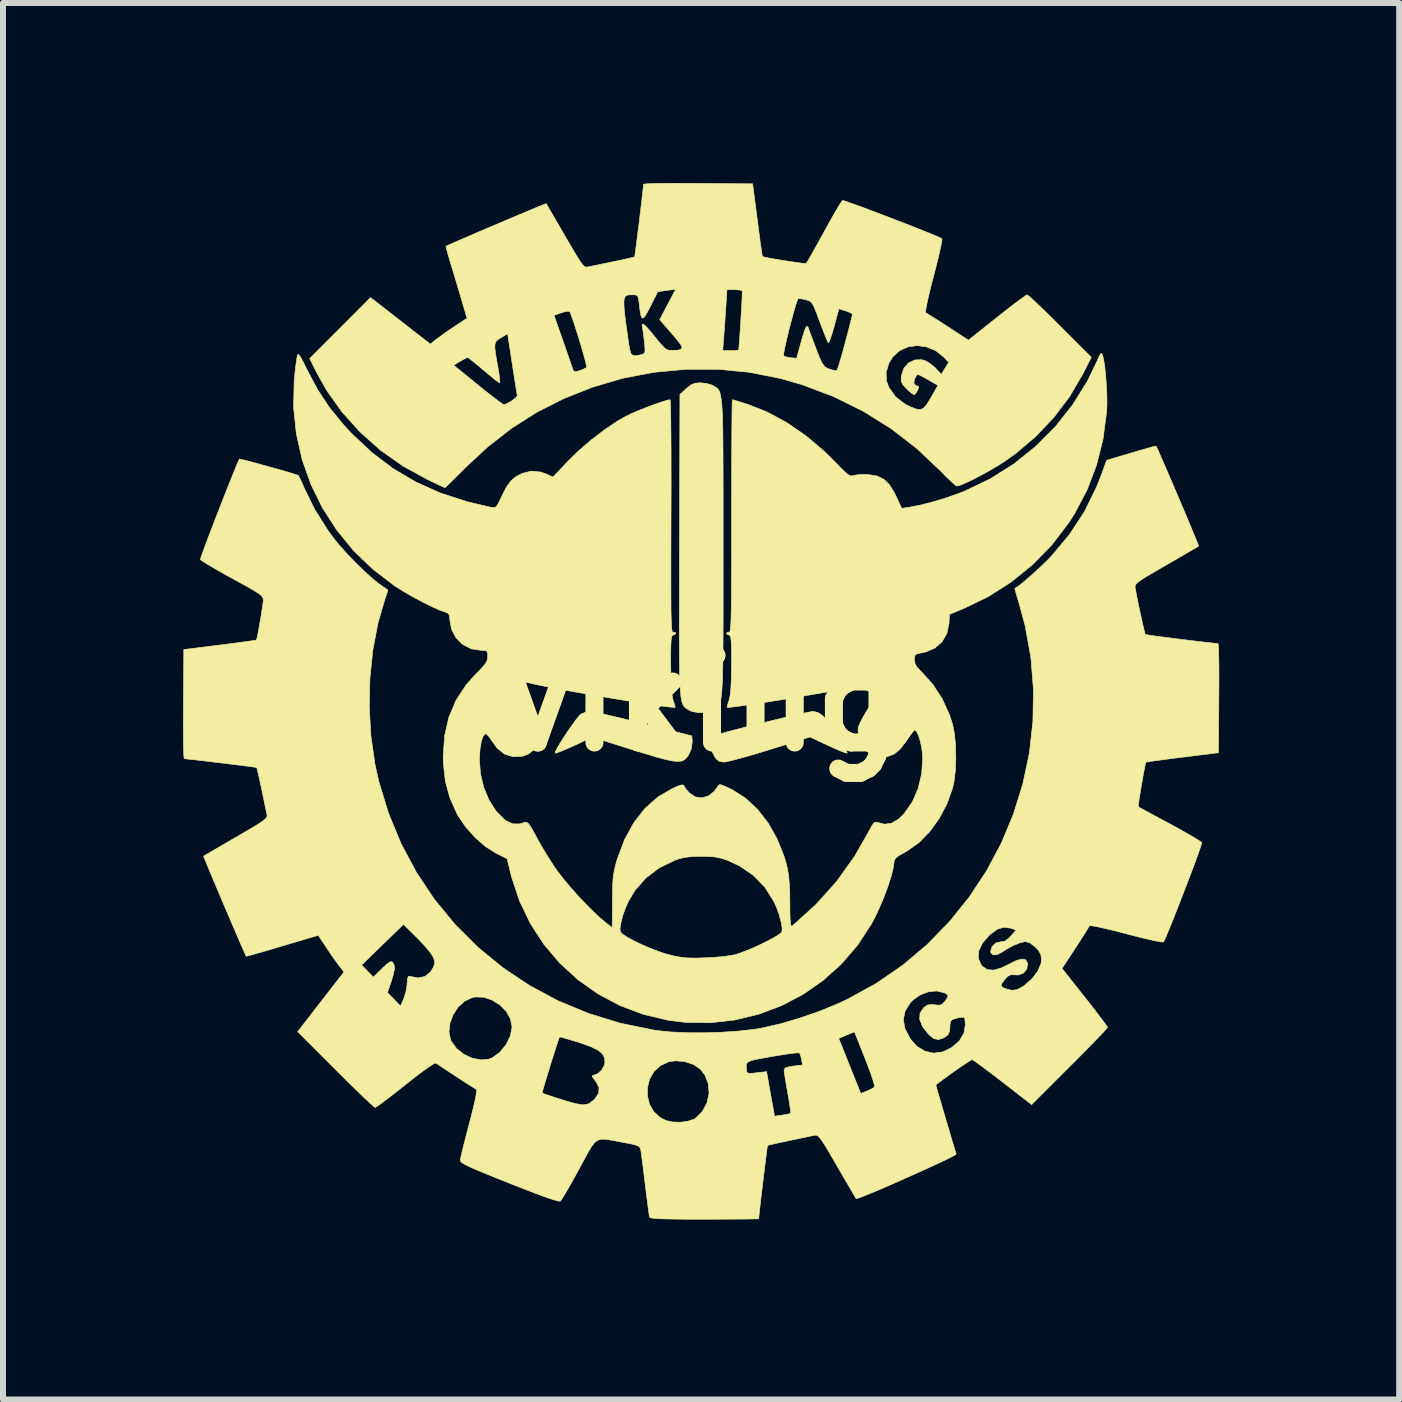
<source format=kicad_pcb>
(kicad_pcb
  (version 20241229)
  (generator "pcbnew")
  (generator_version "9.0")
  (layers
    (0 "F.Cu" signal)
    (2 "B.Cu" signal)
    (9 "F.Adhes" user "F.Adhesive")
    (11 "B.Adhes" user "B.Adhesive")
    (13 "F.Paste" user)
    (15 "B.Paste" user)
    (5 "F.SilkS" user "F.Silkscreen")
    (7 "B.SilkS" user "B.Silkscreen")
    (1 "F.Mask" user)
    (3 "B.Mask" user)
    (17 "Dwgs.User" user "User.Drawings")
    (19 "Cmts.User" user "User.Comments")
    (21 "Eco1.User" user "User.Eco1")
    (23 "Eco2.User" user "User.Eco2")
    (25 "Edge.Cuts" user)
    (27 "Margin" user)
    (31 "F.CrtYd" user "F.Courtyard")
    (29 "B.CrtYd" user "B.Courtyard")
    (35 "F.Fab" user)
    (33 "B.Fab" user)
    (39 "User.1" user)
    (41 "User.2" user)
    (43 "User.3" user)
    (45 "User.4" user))
  (footprint "viking"
    (layer "F.Cu")
    (at 8.636 8.636)
    (property "Reference" "viking" (at 0 0 0) (layer "F.SilkS") (effects (font (size 1.524 1.524) (thickness 0.3))))
    (attr through_hole)
    (fp_poly (pts (xy -1.801 0.179) (xy -1.705 0.199) (xy -1.57 0.229) (xy -1.404 0.268) (xy -1.214 0.314) (xy -1.008 0.365) (xy -0.96 0.377) (xy -0.155 0.579) (xy -0.148 0.677) (xy -0.163 0.792) (xy -0.205 0.889) (xy -0.238 0.939) (xy -0.275 0.976) (xy -0.322 0.999) (xy -0.386 1.006) (xy -0.472 0.998) (xy -0.588 0.974) (xy -0.739 0.934) (xy -0.931 0.876) (xy -1.154 0.807) (xy -1.813 0.599) (xy -2.111 0.738) (xy -2.23 0.792) (xy -2.331 0.834) (xy -2.402 0.861) (xy -2.433 0.868) (xy -2.429 0.843) (xy -2.399 0.783) (xy -2.348 0.697) (xy -2.284 0.596) (xy -2.213 0.489) (xy -2.142 0.388) (xy -2.078 0.301) (xy -2.026 0.239) (xy -2.001 0.216) (xy -1.923 0.182) (xy -1.849 0.172) (xy -1.801 0.179)) (stroke (width 0.01) (type solid)) (fill yes) (layer "F.SilkS"))
    (fp_poly (pts (xy 1.949 0.191) (xy 2.031 0.247) (xy 2.078 0.299) (xy 2.139 0.378) (xy 2.208 0.475) (xy 2.278 0.58) (xy 2.342 0.682) (xy 2.394 0.77) (xy 2.428 0.836) (xy 2.435 0.867) (xy 2.433 0.868) (xy 2.4 0.86) (xy 2.326 0.832) (xy 2.224 0.788) (xy 2.112 0.737) (xy 1.815 0.598) (xy 1.145 0.807) (xy 0.955 0.865) (xy 0.778 0.917) (xy 0.622 0.96) (xy 0.497 0.993) (xy 0.411 1.012) (xy 0.378 1.016) (xy 0.304 1.005) (xy 0.252 0.964) (xy 0.225 0.924) (xy 0.163 0.8) (xy 0.143 0.692) (xy 0.146 0.645) (xy 0.151 0.625) (xy 0.166 0.607) (xy 0.195 0.589) (xy 0.245 0.568) (xy 0.322 0.544) (xy 0.431 0.513) (xy 0.577 0.475) (xy 0.768 0.426) (xy 0.974 0.375) (xy 1.184 0.324) (xy 1.379 0.277) (xy 1.552 0.236) (xy 1.695 0.204) (xy 1.8 0.182) (xy 1.861 0.171) (xy 1.869 0.171) (xy 1.949 0.191)) (stroke (width 0.01) (type solid)) (fill yes) (layer "F.SilkS"))
    (fp_poly (pts (xy 0.089 -5.295) (xy 0.18 -5.268) (xy 0.2 -5.258) (xy 0.228 -5.241) (xy 0.253 -5.226) (xy 0.275 -5.208) (xy 0.294 -5.184) (xy 0.31 -5.15) (xy 0.323 -5.102) (xy 0.334 -5.039) (xy 0.344 -4.954) (xy 0.351 -4.847) (xy 0.356 -4.712) (xy 0.361 -4.546) (xy 0.363 -4.346) (xy 0.365 -4.108) (xy 0.366 -3.829) (xy 0.367 -3.505) (xy 0.367 -3.134) (xy 0.367 -2.71) (xy 0.367 -2.554) (xy 0.367 -2.112) (xy 0.367 -1.723) (xy 0.367 -1.383) (xy 0.366 -1.09) (xy 0.364 -0.838) (xy 0.362 -0.626) (xy 0.358 -0.449) (xy 0.353 -0.304) (xy 0.346 -0.187) (xy 0.338 -0.096) (xy 0.327 -0.025) (xy 0.315 0.027) (xy 0.299 0.065) (xy 0.282 0.092) (xy 0.261 0.112) (xy 0.237 0.128) (xy 0.21 0.144) (xy 0.2 0.149) (xy 0.093 0.187) (xy -0.033 0.194) (xy -0.153 0.172) (xy -0.204 0.148) (xy -0.232 0.131) (xy -0.256 0.116) (xy -0.278 0.097) (xy -0.296 0.073) (xy -0.312 0.039) (xy -0.325 -0.008) (xy -0.336 -0.071) (xy -0.344 -0.155) (xy -0.351 -0.262) (xy -0.356 -0.396) (xy -0.36 -0.56) (xy -0.362 -0.759) (xy -0.363 -0.994) (xy -0.364 -1.271) (xy -0.363 -1.592) (xy -0.362 -1.961) (xy -0.361 -2.381) (xy -0.36 -2.597) (xy -0.353 -5.113) (xy -0.247 -5.209) (xy -0.17 -5.271) (xy -0.099 -5.299) (xy -0.012 -5.306) (xy 0.089 -5.295)) (stroke (width 0.01) (type solid)) (fill yes) (layer "F.SilkS"))
    (fp_poly (pts (xy -0.183 -8.63) (xy -0.05 -8.629) (xy 0.859 -8.622) (xy 0.937 -8.018) (xy 0.96 -7.841) (xy 0.981 -7.683) (xy 0.999 -7.555) (xy 1.013 -7.462) (xy 1.021 -7.414) (xy 1.022 -7.41) (xy 1.059 -7.4) (xy 1.137 -7.384) (xy 1.243 -7.365) (xy 1.365 -7.345) (xy 1.488 -7.326) (xy 1.601 -7.31) (xy 1.69 -7.298) (xy 1.741 -7.294) (xy 1.749 -7.295) (xy 1.769 -7.323) (xy 1.811 -7.393) (xy 1.871 -7.498) (xy 1.945 -7.63) (xy 2.028 -7.781) (xy 2.049 -7.821) (xy 2.134 -7.975) (xy 2.212 -8.112) (xy 2.277 -8.224) (xy 2.326 -8.303) (xy 2.354 -8.342) (xy 2.358 -8.344) (xy 2.389 -8.337) (xy 2.465 -8.311) (xy 2.578 -8.271) (xy 2.72 -8.219) (xy 2.883 -8.158) (xy 3.059 -8.091) (xy 3.241 -8.021) (xy 3.42 -7.952) (xy 3.589 -7.885) (xy 3.74 -7.825) (xy 3.866 -7.774) (xy 3.957 -7.735) (xy 4.008 -7.711) (xy 4.014 -7.707) (xy 4.013 -7.676) (xy 3.999 -7.598) (xy 3.974 -7.482) (xy 3.939 -7.336) (xy 3.896 -7.167) (xy 3.875 -7.085) (xy 3.82 -6.873) (xy 3.78 -6.702) (xy 3.753 -6.576) (xy 3.742 -6.498) (xy 3.746 -6.47) (xy 3.779 -6.452) (xy 3.85 -6.408) (xy 3.95 -6.345) (xy 4.069 -6.268) (xy 4.116 -6.238) (xy 4.455 -6.016) (xy 4.93 -6.394) (xy 5.071 -6.505) (xy 5.198 -6.604) (xy 5.305 -6.684) (xy 5.383 -6.741) (xy 5.427 -6.77) (xy 5.433 -6.772) (xy 5.46 -6.753) (xy 5.521 -6.7) (xy 5.61 -6.616) (xy 5.723 -6.508) (xy 5.852 -6.381) (xy 5.982 -6.252) (xy 6.503 -5.731) (xy 6.356 -5.441) (xy 6.143 -5.078) (xy 5.881 -4.732) (xy 5.579 -4.413) (xy 5.245 -4.129) (xy 5.058 -3.996) (xy 4.936 -3.919) (xy 4.799 -3.838) (xy 4.658 -3.761) (xy 4.523 -3.691) (xy 4.405 -3.635) (xy 4.315 -3.597) (xy 4.263 -3.584) (xy 4.232 -3.604) (xy 4.172 -3.657) (xy 4.09 -3.735) (xy 3.995 -3.832) (xy 3.987 -3.841) (xy 3.594 -4.212) (xy 3.164 -4.544) (xy 2.7 -4.833) (xy 2.207 -5.077) (xy 1.688 -5.273) (xy 1.323 -5.378) (xy 0.816 -5.479) (xy 3.083 -5.479) (xy 3.09 -5.334) (xy 3.13 -5.227) (xy 3.241 -5.072) (xy 3.396 -4.952) (xy 3.471 -4.913) (xy 3.573 -4.871) (xy 3.646 -4.858) (xy 3.703 -4.879) (xy 3.758 -4.939) (xy 3.823 -5.045) (xy 3.831 -5.059) (xy 3.948 -5.263) (xy 3.787 -5.355) (xy 3.703 -5.402) (xy 3.639 -5.435) (xy 3.61 -5.447) (xy 3.588 -5.424) (xy 3.559 -5.372) (xy 3.545 -5.301) (xy 3.577 -5.259) (xy 3.619 -5.25) (xy 3.626 -5.23) (xy 3.61 -5.186) (xy 3.583 -5.139) (xy 3.555 -5.11) (xy 3.549 -5.108) (xy 3.515 -5.127) (xy 3.458 -5.174) (xy 3.423 -5.208) (xy 3.363 -5.274) (xy 3.336 -5.327) (xy 3.335 -5.392) (xy 3.338 -5.422) (xy 3.379 -5.546) (xy 3.456 -5.636) (xy 3.56 -5.686) (xy 3.68 -5.69) (xy 3.737 -5.673) (xy 3.808 -5.633) (xy 3.886 -5.57) (xy 3.911 -5.545) (xy 4.003 -5.447) (xy 4.127 -5.648) (xy 4.048 -5.731) (xy 3.912 -5.84) (xy 3.76 -5.904) (xy 3.603 -5.926) (xy 3.45 -5.905) (xy 3.312 -5.844) (xy 3.198 -5.742) (xy 3.13 -5.634) (xy 3.083 -5.479) (xy 0.816 -5.479) (xy 0.811 -5.48) (xy 0.284 -5.531) (xy -0.25 -5.531) (xy -0.784 -5.481) (xy -1.308 -5.381) (xy -1.806 -5.234) (xy -2.291 -5.042) (xy -2.738 -4.816) (xy -3.157 -4.55) (xy -3.557 -4.238) (xy -3.918 -3.903) (xy -4.031 -3.79) (xy -4.129 -3.693) (xy -4.206 -3.618) (xy -4.255 -3.57) (xy -4.27 -3.557) (xy -4.296 -3.569) (xy -4.363 -3.6) (xy -4.46 -3.646) (xy -4.568 -3.698) (xy -4.971 -3.919) (xy -5.345 -4.183) (xy -5.685 -4.486) (xy -5.986 -4.821) (xy -6.244 -5.184) (xy -6.398 -5.458) (xy -6.468 -5.598) (xy -4.124 -5.598) (xy -3.72 -5.27) (xy -3.591 -5.165) (xy -3.475 -5.075) (xy -3.381 -5.003) (xy -3.316 -4.957) (xy -3.288 -4.941) (xy -3.248 -4.954) (xy -3.182 -4.989) (xy -3.158 -5.003) (xy -3.097 -5.048) (xy -3.066 -5.085) (xy -3.064 -5.094) (xy -3.071 -5.13) (xy -3.084 -5.212) (xy -3.103 -5.331) (xy -3.126 -5.477) (xy -3.148 -5.622) (xy -3.225 -6.122) (xy -3.334 -6.059) (xy -3.384 -6.028) (xy -3.418 -5.996) (xy -3.435 -5.953) (xy -3.438 -5.889) (xy -3.427 -5.794) (xy -3.404 -5.658) (xy -3.389 -5.581) (xy -3.37 -5.465) (xy -3.358 -5.373) (xy -3.355 -5.317) (xy -3.359 -5.306) (xy -3.388 -5.323) (xy -3.45 -5.37) (xy -3.535 -5.44) (xy -3.627 -5.517) (xy -3.726 -5.601) (xy -3.81 -5.669) (xy -3.868 -5.714) (xy -3.892 -5.729) (xy -3.924 -5.715) (xy -3.986 -5.682) (xy -4.017 -5.664) (xy -4.124 -5.598) (xy -6.468 -5.598) (xy -6.524 -5.71) (xy -5.509 -6.726) (xy -5.011 -6.338) (xy -4.514 -5.951) (xy -4.409 -6.034) (xy -4.334 -6.089) (xy -4.232 -6.162) (xy -4.122 -6.236) (xy -4.103 -6.249) (xy -3.901 -6.382) (xy -3.916 -6.431) (xy -2.452 -6.431) (xy -2.297 -5.988) (xy -2.245 -5.838) (xy -2.199 -5.706) (xy -2.162 -5.6) (xy -2.139 -5.532) (xy -2.131 -5.511) (xy -2.109 -5.492) (xy -2.055 -5.499) (xy -2.026 -5.508) (xy -1.956 -5.535) (xy -1.911 -5.56) (xy -1.909 -5.561) (xy -1.911 -5.591) (xy -1.928 -5.665) (xy -1.957 -5.77) (xy -1.993 -5.897) (xy -2.034 -6.034) (xy -2.077 -6.171) (xy -2.118 -6.297) (xy -2.154 -6.402) (xy -2.181 -6.475) (xy -2.192 -6.496) (xy -2.222 -6.499) (xy -2.287 -6.486) (xy -2.327 -6.473) (xy -2.452 -6.431) (xy -3.916 -6.431) (xy -3.982 -6.655) (xy -1.288 -6.655) (xy -1.285 -6.567) (xy -1.273 -6.443) (xy -1.252 -6.278) (xy -1.222 -6.065) (xy -1.21 -5.976) (xy -1.19 -5.858) (xy -1.167 -5.789) (xy -1.131 -5.758) (xy -1.071 -5.757) (xy -0.992 -5.776) (xy -0.988 -5.777) (xy 1.374 -5.777) (xy 1.374 -5.755) (xy 1.416 -5.737) (xy 1.488 -5.724) (xy 1.495 -5.723) (xy 1.592 -5.715) (xy 1.664 -5.974) (xy 1.703 -6.112) (xy 1.733 -6.2) (xy 1.755 -6.244) (xy 1.773 -6.248) (xy 1.789 -6.218) (xy 1.793 -6.204) (xy 1.812 -6.151) (xy 1.845 -6.06) (xy 1.889 -5.944) (xy 1.924 -5.852) (xy 1.976 -5.72) (xy 2.018 -5.631) (xy 2.061 -5.575) (xy 2.113 -5.542) (xy 2.186 -5.52) (xy 2.26 -5.506) (xy 2.272 -5.531) (xy 2.296 -5.602) (xy 2.328 -5.709) (xy 2.367 -5.845) (xy 2.398 -5.962) (xy 2.439 -6.115) (xy 2.474 -6.25) (xy 2.501 -6.356) (xy 2.518 -6.424) (xy 2.523 -6.445) (xy 2.501 -6.467) (xy 2.441 -6.494) (xy 2.411 -6.504) (xy 2.296 -6.539) (xy 2.217 -6.245) (xy 2.183 -6.128) (xy 2.153 -6.038) (xy 2.13 -5.984) (xy 2.118 -5.974) (xy 2.101 -6.008) (xy 2.07 -6.084) (xy 2.028 -6.192) (xy 1.98 -6.319) (xy 1.976 -6.329) (xy 1.925 -6.466) (xy 1.887 -6.56) (xy 1.857 -6.62) (xy 1.828 -6.655) (xy 1.794 -6.675) (xy 1.748 -6.689) (xy 1.743 -6.691) (xy 1.67 -6.706) (xy 1.622 -6.708) (xy 1.616 -6.706) (xy 1.6 -6.67) (xy 1.574 -6.592) (xy 1.542 -6.482) (xy 1.507 -6.352) (xy 1.47 -6.212) (xy 1.436 -6.074) (xy 1.407 -5.948) (xy 1.385 -5.845) (xy 1.374 -5.777) (xy -0.988 -5.777) (xy -0.957 -5.789) (xy -0.939 -5.812) (xy -0.936 -5.842) (xy 0.36 -5.842) (xy 0.49 -5.842) (xy 0.568 -5.843) (xy 0.617 -5.847) (xy 0.624 -5.849) (xy 0.629 -5.882) (xy 0.636 -5.96) (xy 0.644 -6.071) (xy 0.653 -6.205) (xy 0.662 -6.349) (xy 0.67 -6.492) (xy 0.678 -6.624) (xy 0.683 -6.733) (xy 0.685 -6.808) (xy 0.685 -6.837) (xy 0.652 -6.85) (xy 0.584 -6.857) (xy 0.552 -6.858) (xy 0.431 -6.858) (xy 0.412 -6.569) (xy 0.402 -6.415) (xy 0.391 -6.252) (xy 0.38 -6.107) (xy 0.377 -6.061) (xy 0.36 -5.842) (xy -0.936 -5.842) (xy -0.935 -5.86) (xy -0.941 -5.947) (xy -0.945 -5.98) (xy -0.957 -6.087) (xy -0.97 -6.179) (xy -0.979 -6.23) (xy -0.984 -6.277) (xy -0.968 -6.286) (xy -0.928 -6.255) (xy -0.86 -6.181) (xy -0.766 -6.066) (xy -0.683 -5.964) (xy -0.624 -5.899) (xy -0.578 -5.862) (xy -0.536 -5.847) (xy -0.488 -5.844) (xy -0.484 -5.844) (xy -0.39 -5.848) (xy -0.334 -5.862) (xy -0.317 -5.89) (xy -0.338 -5.941) (xy -0.398 -6.02) (xy -0.485 -6.122) (xy -0.69 -6.358) (xy -0.557 -6.612) (xy -0.424 -6.865) (xy -0.571 -6.846) (xy -0.655 -6.834) (xy -0.71 -6.824) (xy -0.723 -6.821) (xy -0.737 -6.795) (xy -0.77 -6.73) (xy -0.817 -6.637) (xy -0.847 -6.576) (xy -0.909 -6.459) (xy -0.952 -6.394) (xy -0.982 -6.383) (xy -1.003 -6.425) (xy -1.02 -6.523) (xy -1.03 -6.611) (xy -1.042 -6.702) (xy -1.057 -6.751) (xy -1.084 -6.77) (xy -1.132 -6.773) (xy -1.138 -6.773) (xy -1.191 -6.772) (xy -1.233 -6.766) (xy -1.262 -6.748) (xy -1.28 -6.713) (xy -1.288 -6.655) (xy -3.982 -6.655) (xy -3.999 -6.712) (xy -4.048 -6.875) (xy -4.1 -7.052) (xy -4.15 -7.217) (xy -4.178 -7.308) (xy -4.212 -7.422) (xy -4.237 -7.512) (xy -4.252 -7.569) (xy -4.253 -7.581) (xy -4.225 -7.595) (xy -4.153 -7.627) (xy -4.045 -7.675) (xy -3.907 -7.734) (xy -3.748 -7.803) (xy -3.575 -7.877) (xy -3.395 -7.953) (xy -3.216 -8.029) (xy -3.046 -8.101) (xy -2.892 -8.166) (xy -2.761 -8.221) (xy -2.661 -8.262) (xy -2.599 -8.286) (xy -2.583 -8.292) (xy -2.567 -8.266) (xy -2.528 -8.198) (xy -2.468 -8.096) (xy -2.393 -7.967) (xy -2.307 -7.817) (xy -2.269 -7.752) (xy -2.167 -7.578) (xy -2.09 -7.447) (xy -2.031 -7.353) (xy -1.987 -7.29) (xy -1.955 -7.254) (xy -1.928 -7.237) (xy -1.904 -7.234) (xy -1.891 -7.236) (xy -1.837 -7.247) (xy -1.741 -7.267) (xy -1.616 -7.293) (xy -1.476 -7.322) (xy -1.469 -7.323) (xy -1.336 -7.351) (xy -1.224 -7.376) (xy -1.145 -7.395) (xy -1.109 -7.405) (xy -1.108 -7.405) (xy -1.103 -7.434) (xy -1.093 -7.508) (xy -1.078 -7.619) (xy -1.061 -7.756) (xy -1.041 -7.91) (xy -1.022 -8.069) (xy -1.003 -8.226) (xy -0.986 -8.368) (xy -0.973 -8.487) (xy -0.963 -8.573) (xy -0.96 -8.615) (xy -0.933 -8.62) (xy -0.856 -8.624) (xy -0.736 -8.628) (xy -0.579 -8.63) (xy -0.393 -8.631) (xy -0.183 -8.63)) (stroke (width 0.01) (type solid)) (fill yes) (layer "F.SilkS"))
    (fp_poly (pts (xy 6.679 -5.792) (xy 6.692 -5.764) (xy 6.711 -5.685) (xy 6.729 -5.564) (xy 6.744 -5.415) (xy 6.755 -5.252) (xy 6.763 -5.089) (xy 6.764 -4.94) (xy 6.759 -4.826) (xy 6.698 -4.363) (xy 6.589 -3.928) (xy 6.432 -3.518) (xy 6.225 -3.126) (xy 6.127 -2.973) (xy 5.848 -2.607) (xy 5.527 -2.277) (xy 5.169 -1.986) (xy 4.78 -1.739) (xy 4.399 -1.554) (xy 4.139 -1.445) (xy 4.132 -1.298) (xy 4.097 -1.131) (xy 4.017 -0.99) (xy 3.896 -0.884) (xy 3.74 -0.818) (xy 3.68 -0.805) (xy 3.603 -0.791) (xy 3.567 -0.768) (xy 3.557 -0.724) (xy 3.556 -0.69) (xy 3.565 -0.626) (xy 3.597 -0.567) (xy 3.663 -0.496) (xy 3.686 -0.474) (xy 3.865 -0.275) (xy 4.019 -0.036) (xy 4.141 0.231) (xy 4.194 0.396) (xy 4.224 0.553) (xy 4.241 0.746) (xy 4.245 0.955) (xy 4.237 1.161) (xy 4.215 1.344) (xy 4.195 1.439) (xy 4.101 1.705) (xy 3.971 1.952) (xy 3.812 2.173) (xy 3.63 2.359) (xy 3.433 2.498) (xy 3.401 2.516) (xy 3.296 2.575) (xy 3.237 2.623) (xy 3.218 2.665) (xy 3.217 2.668) (xy 3.204 2.773) (xy 3.169 2.916) (xy 3.115 3.085) (xy 3.047 3.267) (xy 2.969 3.451) (xy 2.887 3.624) (xy 2.835 3.72) (xy 2.607 4.068) (xy 2.338 4.381) (xy 2.034 4.654) (xy 1.699 4.887) (xy 1.339 5.076) (xy 0.957 5.219) (xy 0.56 5.315) (xy 0.15 5.361) (xy -0.266 5.354) (xy -0.544 5.32) (xy -0.959 5.222) (xy -1.351 5.075) (xy -1.716 4.881) (xy -2.052 4.644) (xy -2.355 4.367) (xy -2.62 4.054) (xy -2.789 3.794) (xy -1.352 3.794) (xy -1.347 3.846) (xy -1.311 3.883) (xy -1.233 3.934) (xy -1.123 3.994) (xy -0.992 4.057) (xy -0.852 4.118) (xy -0.712 4.172) (xy -0.584 4.214) (xy -0.556 4.221) (xy -0.433 4.252) (xy -0.327 4.271) (xy -0.22 4.281) (xy -0.092 4.283) (xy 0.056 4.279) (xy 0.223 4.27) (xy 0.381 4.256) (xy 0.513 4.237) (xy 0.579 4.223) (xy 0.677 4.19) (xy 0.797 4.143) (xy 0.927 4.086) (xy 1.057 4.024) (xy 1.175 3.963) (xy 1.27 3.909) (xy 1.33 3.866) (xy 1.346 3.848) (xy 1.351 3.783) (xy 1.334 3.683) (xy 1.302 3.562) (xy 1.256 3.435) (xy 1.212 3.338) (xy 1.063 3.102) (xy 0.872 2.905) (xy 0.641 2.747) (xy 0.437 2.652) (xy 0.332 2.618) (xy 0.226 2.597) (xy 0.097 2.588) (xy 0 2.587) (xy -0.152 2.591) (xy -0.27 2.604) (xy -0.373 2.63) (xy -0.437 2.652) (xy -0.699 2.78) (xy -0.921 2.948) (xy -1.102 3.154) (xy -1.212 3.338) (xy -1.264 3.456) (xy -1.308 3.581) (xy -1.338 3.699) (xy -1.352 3.794) (xy -2.789 3.794) (xy -2.846 3.707) (xy -3.027 3.33) (xy -3.161 2.926) (xy -3.174 2.872) (xy -3.234 2.626) (xy -3.416 2.536) (xy -3.591 2.426) (xy -3.764 2.276) (xy -3.921 2.101) (xy -4.049 1.914) (xy -4.07 1.876) (xy -4.189 1.607) (xy -4.263 1.335) (xy -4.296 1.042) (xy -4.299 0.917) (xy -4.275 0.578) (xy -4.204 0.269) (xy -4.085 -0.014) (xy -3.916 -0.271) (xy -3.761 -0.444) (xy -3.666 -0.541) (xy -3.605 -0.611) (xy -3.572 -0.665) (xy -3.558 -0.714) (xy -3.556 -0.747) (xy -3.559 -0.81) (xy -3.579 -0.838) (xy -3.632 -0.846) (xy -3.674 -0.847) (xy -3.835 -0.873) (xy -3.976 -0.946) (xy -4.087 -1.057) (xy -4.16 -1.197) (xy -4.186 -1.338) (xy -4.193 -1.419) (xy -4.214 -1.461) (xy -4.256 -1.481) (xy -4.262 -1.483) (xy -4.351 -1.514) (xy -4.476 -1.569) (xy -4.623 -1.642) (xy -4.781 -1.726) (xy -4.936 -1.814) (xy -5.076 -1.901) (xy -5.106 -1.92) (xy -5.467 -2.195) (xy -5.79 -2.506) (xy -6.072 -2.85) (xy -6.311 -3.221) (xy -6.505 -3.616) (xy -6.651 -4.03) (xy -6.747 -4.458) (xy -6.792 -4.895) (xy -6.783 -5.338) (xy -6.778 -5.388) (xy -6.764 -5.524) (xy -6.749 -5.642) (xy -6.736 -5.729) (xy -6.727 -5.772) (xy -6.71 -5.778) (xy -6.679 -5.739) (xy -6.632 -5.654) (xy -6.572 -5.531) (xy -6.396 -5.198) (xy -6.195 -4.893) (xy -5.956 -4.601) (xy -5.825 -4.46) (xy -5.489 -4.144) (xy -5.135 -3.876) (xy -4.756 -3.652) (xy -4.347 -3.469) (xy -3.902 -3.324) (xy -3.507 -3.231) (xy -3.461 -3.224) (xy -3.428 -3.232) (xy -3.398 -3.263) (xy -3.363 -3.328) (xy -3.32 -3.42) (xy -3.246 -3.566) (xy -3.172 -3.668) (xy -3.088 -3.741) (xy -2.985 -3.795) (xy -2.828 -3.834) (xy -2.672 -3.818) (xy -2.582 -3.786) (xy -2.469 -3.735) (xy -2.233 -3.984) (xy -2.046 -4.168) (xy -1.835 -4.35) (xy -1.614 -4.519) (xy -1.4 -4.664) (xy -1.254 -4.747) (xy -1.163 -4.791) (xy -1.045 -4.842) (xy -0.914 -4.894) (xy -0.784 -4.943) (xy -0.665 -4.984) (xy -0.573 -5.013) (xy -0.519 -5.024) (xy -0.518 -5.024) (xy -0.514 -4.996) (xy -0.511 -4.917) (xy -0.507 -4.79) (xy -0.505 -4.621) (xy -0.503 -4.413) (xy -0.501 -4.171) (xy -0.501 -3.901) (xy -0.5 -3.606) (xy -0.501 -3.29) (xy -0.502 -3.077) (xy -0.503 -2.696) (xy -0.504 -2.367) (xy -0.504 -2.087) (xy -0.504 -1.853) (xy -0.503 -1.659) (xy -0.502 -1.504) (xy -0.499 -1.382) (xy -0.496 -1.29) (xy -0.491 -1.224) (xy -0.486 -1.181) (xy -0.48 -1.156) (xy -0.472 -1.147) (xy -0.466 -1.147) (xy -0.43 -1.146) (xy -0.423 -1.132) (xy -0.446 -1.104) (xy -0.466 -1.101) (xy -0.481 -1.093) (xy -0.492 -1.067) (xy -0.5 -1.014) (xy -0.505 -0.926) (xy -0.507 -0.798) (xy -0.507 -0.62) (xy -0.507 -0.614) (xy -0.504 -0.398) (xy -0.498 -0.233) (xy -0.487 -0.112) (xy -0.471 -0.03) (xy -0.466 -0.015) (xy -0.443 0.055) (xy -0.432 0.098) (xy -0.432 0.103) (xy -0.465 0.104) (xy -0.546 0.096) (xy -0.668 0.08) (xy -0.826 0.057) (xy -1.011 0.029) (xy -1.217 -0.003) (xy -1.436 -0.039) (xy -1.663 -0.077) (xy -1.89 -0.116) (xy -2.11 -0.154) (xy -2.316 -0.192) (xy -2.501 -0.227) (xy -2.659 -0.258) (xy -2.778 -0.283) (xy -2.914 -0.314) (xy -3.028 -0.34) (xy -3.11 -0.358) (xy -3.15 -0.367) (xy -3.152 -0.367) (xy -3.14 -0.345) (xy -3.102 -0.284) (xy -3.044 -0.193) (xy -2.97 -0.079) (xy -2.935 -0.027) (xy -2.852 0.104) (xy -2.778 0.228) (xy -2.721 0.332) (xy -2.687 0.405) (xy -2.682 0.418) (xy -2.671 0.556) (xy -2.706 0.687) (xy -2.778 0.801) (xy -2.882 0.884) (xy -2.979 0.919) (xy -3.139 0.926) (xy -3.279 0.881) (xy -3.4 0.783) (xy -3.489 0.66) (xy -3.536 0.591) (xy -3.577 0.549) (xy -3.595 0.544) (xy -3.633 0.584) (xy -3.664 0.672) (xy -3.685 0.798) (xy -3.695 0.954) (xy -3.696 0.982) (xy -3.677 1.216) (xy -3.622 1.443) (xy -3.534 1.652) (xy -3.42 1.831) (xy -3.283 1.97) (xy -3.245 1.998) (xy -3.138 2.046) (xy -3.021 2.046) (xy -2.931 2.018) (xy -2.904 2.02) (xy -2.871 2.051) (xy -2.827 2.117) (xy -2.767 2.224) (xy -2.739 2.277) (xy -2.656 2.425) (xy -2.555 2.592) (xy -2.453 2.751) (xy -2.405 2.82) (xy -2.294 2.965) (xy -2.16 3.125) (xy -2.012 3.289) (xy -1.862 3.444) (xy -1.722 3.58) (xy -1.603 3.682) (xy -1.595 3.689) (xy -1.482 3.775) (xy -1.479 3.334) (xy -1.477 3.157) (xy -1.472 3.022) (xy -1.463 2.915) (xy -1.447 2.821) (xy -1.425 2.727) (xy -1.4 2.64) (xy -1.277 2.311) (xy -1.122 2.027) (xy -0.936 1.789) (xy -0.718 1.597) (xy -0.481 1.458) (xy -0.383 1.414) (xy -0.324 1.396) (xy -0.294 1.4) (xy -0.286 1.413) (xy -0.259 1.458) (xy -0.207 1.519) (xy -0.195 1.531) (xy -0.095 1.597) (xy 0.015 1.612) (xy 0.124 1.58) (xy 0.222 1.501) (xy 0.275 1.426) (xy 0.292 1.401) (xy 0.317 1.392) (xy 0.359 1.403) (xy 0.431 1.435) (xy 0.517 1.476) (xy 0.736 1.615) (xy 0.937 1.801) (xy 1.115 2.029) (xy 1.264 2.291) (xy 1.381 2.581) (xy 1.415 2.695) (xy 1.441 2.804) (xy 1.459 2.915) (xy 1.47 3.04) (xy 1.477 3.196) (xy 1.479 3.349) (xy 1.48 3.513) (xy 1.483 3.628) (xy 1.489 3.701) (xy 1.497 3.74) (xy 1.509 3.751) (xy 1.524 3.743) (xy 1.914 3.391) (xy 2.259 3.006) (xy 2.558 2.588) (xy 2.793 2.176) (xy 2.844 2.081) (xy 2.882 2.03) (xy 2.913 2.016) (xy 2.93 2.019) (xy 3.057 2.052) (xy 3.177 2.034) (xy 3.294 1.964) (xy 3.386 1.873) (xy 3.52 1.681) (xy 3.618 1.455) (xy 3.677 1.206) (xy 3.693 0.949) (xy 3.691 0.904) (xy 3.678 0.786) (xy 3.654 0.672) (xy 3.624 0.574) (xy 3.591 0.506) (xy 3.56 0.48) (xy 3.56 0.48) (xy 3.537 0.503) (xy 3.492 0.561) (xy 3.435 0.644) (xy 3.42 0.666) (xy 3.319 0.798) (xy 3.218 0.882) (xy 3.106 0.924) (xy 3.018 0.931) (xy 2.876 0.906) (xy 2.757 0.836) (xy 2.669 0.732) (xy 2.62 0.605) (xy 2.616 0.463) (xy 2.626 0.419) (xy 2.652 0.357) (xy 2.703 0.26) (xy 2.773 0.141) (xy 2.854 0.011) (xy 2.876 -0.022) (xy 3.097 -0.357) (xy 2.882 -0.305) (xy 2.769 -0.28) (xy 2.619 -0.249) (xy 2.439 -0.215) (xy 2.236 -0.177) (xy 2.017 -0.138) (xy 1.788 -0.099) (xy 1.557 -0.059) (xy 1.33 -0.022) (xy 1.114 0.013) (xy 0.917 0.044) (xy 0.744 0.069) (xy 0.602 0.089) (xy 0.499 0.101) (xy 0.442 0.104) (xy 0.432 0.103) (xy 0.437 0.075) (xy 0.456 0.013) (xy 0.466 -0.015) (xy 0.483 -0.088) (xy 0.495 -0.198) (xy 0.503 -0.351) (xy 0.506 -0.554) (xy 0.507 -0.614) (xy 0.507 -0.793) (xy 0.505 -0.923) (xy 0.5 -1.012) (xy 0.493 -1.066) (xy 0.482 -1.093) (xy 0.466 -1.101) (xy 0.466 -1.101) (xy 0.428 -1.118) (xy 0.423 -1.132) (xy 0.444 -1.151) (xy 0.466 -1.147) (xy 0.474 -1.149) (xy 0.481 -1.163) (xy 0.487 -1.194) (xy 0.492 -1.246) (xy 0.497 -1.322) (xy 0.5 -1.425) (xy 0.503 -1.561) (xy 0.505 -1.731) (xy 0.506 -1.941) (xy 0.507 -2.194) (xy 0.508 -2.493) (xy 0.508 -2.843) (xy 0.508 -3.077) (xy 0.508 -3.403) (xy 0.509 -3.712) (xy 0.51 -3.999) (xy 0.511 -4.26) (xy 0.512 -4.49) (xy 0.514 -4.685) (xy 0.515 -4.84) (xy 0.517 -4.95) (xy 0.519 -5.012) (xy 0.521 -5.024) (xy 0.551 -5.016) (xy 0.623 -4.995) (xy 0.722 -4.964) (xy 0.768 -4.95) (xy 1.096 -4.821) (xy 1.427 -4.643) (xy 1.751 -4.419) (xy 2.061 -4.156) (xy 2.233 -3.986) (xy 2.335 -3.88) (xy 2.407 -3.81) (xy 2.457 -3.77) (xy 2.494 -3.754) (xy 2.526 -3.755) (xy 2.542 -3.76) (xy 2.607 -3.773) (xy 2.704 -3.778) (xy 2.784 -3.776) (xy 2.927 -3.754) (xy 3.041 -3.701) (xy 3.136 -3.611) (xy 3.22 -3.475) (xy 3.251 -3.412) (xy 3.343 -3.213) (xy 3.471 -3.232) (xy 3.657 -3.268) (xy 3.874 -3.324) (xy 4.101 -3.393) (xy 4.319 -3.471) (xy 4.387 -3.498) (xy 4.814 -3.702) (xy 5.212 -3.952) (xy 5.578 -4.246) (xy 5.908 -4.578) (xy 6.198 -4.946) (xy 6.444 -5.344) (xy 6.602 -5.673) (xy 6.639 -5.756) (xy 6.662 -5.794) (xy 6.679 -5.792)) (stroke (width 0.01) (type solid)) (fill yes) (layer "F.SilkS"))
    (fp_poly (pts (xy 7.598 -4.223) (xy 7.63 -4.15) (xy 7.678 -4.041) (xy 7.738 -3.904) (xy 7.806 -3.744) (xy 7.881 -3.571) (xy 7.957 -3.392) (xy 8.033 -3.213) (xy 8.105 -3.043) (xy 8.169 -2.889) (xy 8.223 -2.759) (xy 8.264 -2.66) (xy 8.288 -2.6) (xy 8.293 -2.584) (xy 8.267 -2.568) (xy 8.199 -2.528) (xy 8.096 -2.469) (xy 7.967 -2.393) (xy 7.817 -2.306) (xy 7.752 -2.269) (xy 7.578 -2.168) (xy 7.447 -2.091) (xy 7.353 -2.033) (xy 7.291 -1.99) (xy 7.254 -1.957) (xy 7.236 -1.93) (xy 7.232 -1.905) (xy 7.236 -1.877) (xy 7.256 -1.773) (xy 7.281 -1.648) (xy 7.309 -1.514) (xy 7.338 -1.382) (xy 7.364 -1.265) (xy 7.386 -1.173) (xy 7.4 -1.12) (xy 7.403 -1.11) (xy 7.432 -1.105) (xy 7.508 -1.094) (xy 7.619 -1.078) (xy 7.756 -1.061) (xy 7.91 -1.041) (xy 8.07 -1.021) (xy 8.227 -1.002) (xy 8.369 -0.985) (xy 8.489 -0.972) (xy 8.574 -0.963) (xy 8.615 -0.96) (xy 8.62 -0.933) (xy 8.624 -0.856) (xy 8.628 -0.736) (xy 8.63 -0.579) (xy 8.631 -0.393) (xy 8.63 -0.183) (xy 8.629 -0.05) (xy 8.622 0.86) (xy 8.021 0.935) (xy 7.844 0.957) (xy 7.686 0.978) (xy 7.557 0.996) (xy 7.465 1.009) (xy 7.417 1.018) (xy 7.412 1.02) (xy 7.404 1.052) (xy 7.389 1.126) (xy 7.369 1.229) (xy 7.348 1.349) (xy 7.327 1.473) (xy 7.308 1.589) (xy 7.294 1.684) (xy 7.286 1.745) (xy 7.286 1.761) (xy 7.312 1.776) (xy 7.381 1.813) (xy 7.485 1.87) (xy 7.616 1.941) (xy 7.767 2.022) (xy 7.814 2.047) (xy 7.969 2.132) (xy 8.108 2.21) (xy 8.221 2.276) (xy 8.301 2.326) (xy 8.342 2.356) (xy 8.345 2.359) (xy 8.337 2.391) (xy 8.312 2.468) (xy 8.272 2.581) (xy 8.22 2.723) (xy 8.158 2.886) (xy 8.091 3.063) (xy 8.021 3.244) (xy 7.951 3.424) (xy 7.885 3.593) (xy 7.824 3.744) (xy 7.773 3.869) (xy 7.734 3.96) (xy 7.71 4.01) (xy 7.706 4.015) (xy 7.674 4.015) (xy 7.596 4.001) (xy 7.48 3.976) (xy 7.333 3.941) (xy 7.164 3.898) (xy 7.083 3.877) (xy 6.881 3.825) (xy 6.714 3.785) (xy 6.587 3.757) (xy 6.504 3.744) (xy 6.47 3.746) (xy 6.47 3.746) (xy 6.452 3.78) (xy 6.408 3.851) (xy 6.345 3.95) (xy 6.269 4.069) (xy 6.238 4.116) (xy 6.015 4.456) (xy 6.394 4.935) (xy 6.506 5.077) (xy 6.604 5.204) (xy 6.684 5.31) (xy 6.742 5.388) (xy 6.771 5.432) (xy 6.773 5.438) (xy 6.754 5.463) (xy 6.7 5.523) (xy 6.614 5.612) (xy 6.504 5.727) (xy 6.372 5.861) (xy 6.224 6.011) (xy 6.141 6.093) (xy 5.509 6.725) (xy 5.021 6.347) (xy 4.878 6.237) (xy 4.75 6.14) (xy 4.644 6.061) (xy 4.566 6.005) (xy 4.524 5.976) (xy 4.518 5.974) (xy 4.482 5.993) (xy 4.414 6.037) (xy 4.324 6.097) (xy 4.223 6.167) (xy 4.122 6.24) (xy 4.03 6.306) (xy 3.959 6.36) (xy 3.918 6.394) (xy 3.913 6.401) (xy 3.922 6.435) (xy 3.944 6.514) (xy 3.977 6.626) (xy 4.017 6.762) (xy 4.061 6.913) (xy 4.107 7.067) (xy 4.151 7.216) (xy 4.19 7.349) (xy 4.222 7.455) (xy 4.244 7.526) (xy 4.252 7.55) (xy 4.229 7.567) (xy 4.162 7.603) (xy 4.058 7.654) (xy 3.925 7.717) (xy 3.769 7.789) (xy 3.598 7.866) (xy 3.419 7.946) (xy 3.241 8.025) (xy 3.07 8.1) (xy 2.913 8.167) (xy 2.779 8.222) (xy 2.675 8.264) (xy 2.607 8.288) (xy 2.584 8.293) (xy 2.568 8.267) (xy 2.528 8.199) (xy 2.469 8.096) (xy 2.393 7.967) (xy 2.306 7.817) (xy 2.269 7.752) (xy 2.167 7.578) (xy 2.09 7.447) (xy 2.031 7.353) (xy 1.987 7.29) (xy 1.954 7.254) (xy 1.928 7.237) (xy 1.904 7.234) (xy 1.891 7.236) (xy 1.837 7.247) (xy 1.741 7.268) (xy 1.616 7.294) (xy 1.476 7.323) (xy 1.468 7.325) (xy 1.334 7.353) (xy 1.223 7.378) (xy 1.144 7.396) (xy 1.108 7.406) (xy 1.107 7.407) (xy 1.102 7.435) (xy 1.092 7.509) (xy 1.078 7.619) (xy 1.061 7.756) (xy 1.042 7.91) (xy 1.023 8.07) (xy 1.004 8.227) (xy 0.987 8.371) (xy 0.973 8.492) (xy 0.964 8.58) (xy 0.96 8.625) (xy 0.96 8.628) (xy 0.932 8.63) (xy 0.856 8.631) (xy 0.736 8.633) (xy 0.579 8.634) (xy 0.393 8.635) (xy 0.184 8.636) (xy 0.056 8.636) (xy -0.207 8.636) (xy -0.418 8.634) (xy -0.582 8.631) (xy -0.703 8.627) (xy -0.787 8.621) (xy -0.837 8.613) (xy -0.858 8.603) (xy -0.859 8.601) (xy -0.866 8.562) (xy -0.878 8.478) (xy -0.894 8.356) (xy -0.913 8.208) (xy -0.932 8.057) (xy -0.952 7.889) (xy -0.971 7.737) (xy -0.988 7.61) (xy -1 7.519) (xy -1.007 7.478) (xy -1.017 7.445) (xy -1.039 7.421) (xy -1.085 7.401) (xy -1.163 7.381) (xy -1.285 7.358) (xy -1.308 7.354) (xy -1.452 7.326) (xy -1.562 7.307) (xy -1.646 7.301) (xy -1.711 7.314) (xy -1.767 7.349) (xy -1.82 7.414) (xy -1.879 7.511) (xy -1.953 7.648) (xy -2.037 7.803) (xy -2.122 7.958) (xy -2.2 8.097) (xy -2.266 8.21) (xy -2.316 8.291) (xy -2.345 8.332) (xy -2.348 8.335) (xy -2.386 8.332) (xy -2.473 8.307) (xy -2.607 8.261) (xy -2.785 8.195) (xy -3.006 8.11) (xy -3.203 8.032) (xy -3.433 7.94) (xy -3.615 7.866) (xy -3.756 7.807) (xy -3.859 7.762) (xy -3.932 7.726) (xy -3.978 7.699) (xy -4.004 7.677) (xy -4.013 7.657) (xy -4.014 7.642) (xy -4.004 7.597) (xy -3.983 7.506) (xy -3.951 7.379) (xy -3.912 7.226) (xy -3.868 7.057) (xy -3.861 7.03) (xy -3.811 6.839) (xy -3.774 6.682) (xy -3.751 6.565) (xy -3.746 6.531) (xy -2.649 6.531) (xy -2.649 6.531) (xy -2.616 6.546) (xy -2.543 6.571) (xy -2.443 6.604) (xy -2.332 6.639) (xy -2.223 6.672) (xy -2.13 6.699) (xy -2.074 6.713) (xy -1.959 6.729) (xy -1.872 6.711) (xy -1.793 6.652) (xy -1.771 6.63) (xy -1.738 6.581) (xy -0.895 6.581) (xy -0.86 6.72) (xy -0.788 6.844) (xy -0.679 6.944) (xy -0.586 6.991) (xy -0.476 7.015) (xy -0.346 7.019) (xy -0.22 7.002) (xy -0.118 6.968) (xy -0.091 6.952) (xy 0.024 6.835) (xy 0.099 6.694) (xy 0.132 6.539) (xy 0.121 6.383) (xy 0.066 6.237) (xy -0.011 6.136) (xy -0.086 6.084) (xy 0.752 6.084) (xy 0.756 6.138) (xy 0.757 6.155) (xy 0.764 6.188) (xy 0.788 6.203) (xy 0.841 6.204) (xy 0.926 6.195) (xy 1.091 6.176) (xy 1.157 6.548) (xy 1.224 6.919) (xy 1.353 6.9) (xy 1.431 6.887) (xy 1.483 6.875) (xy 1.492 6.871) (xy 1.492 6.841) (xy 1.482 6.766) (xy 1.466 6.658) (xy 1.443 6.529) (xy 1.443 6.526) (xy 1.419 6.392) (xy 1.4 6.276) (xy 1.387 6.19) (xy 1.383 6.147) (xy 1.4 6.117) (xy 1.457 6.096) (xy 1.537 6.083) (xy 1.691 6.064) (xy 1.674 5.974) (xy 1.658 5.906) (xy 1.64 5.865) (xy 1.64 5.864) (xy 1.608 5.862) (xy 1.53 5.869) (xy 1.416 5.885) (xy 1.276 5.907) (xy 1.185 5.922) (xy 1.02 5.952) (xy 0.902 5.974) (xy 0.824 5.995) (xy 0.779 6.017) (xy 0.757 6.046) (xy 0.752 6.084) (xy -0.086 6.084) (xy -0.126 6.057) (xy -0.272 6.008) (xy -0.428 5.995) (xy -0.54 6.012) (xy -0.68 6.076) (xy -0.786 6.174) (xy -0.858 6.298) (xy -0.894 6.437) (xy -0.895 6.581) (xy -1.738 6.581) (xy -1.708 6.536) (xy -1.701 6.443) (xy -1.749 6.346) (xy -1.766 6.324) (xy -1.809 6.267) (xy -1.812 6.241) (xy -1.796 6.237) (xy -1.725 6.212) (xy -1.658 6.151) (xy -1.613 6.07) (xy -1.603 6.018) (xy -1.612 5.94) (xy -1.649 5.874) (xy -1.721 5.816) (xy -1.833 5.761) (xy -1.993 5.703) (xy -2.043 5.687) (xy -2.166 5.649) (xy -2.262 5.621) (xy 2.293 5.621) (xy 2.477 6.081) (xy 2.661 6.541) (xy 2.763 6.499) (xy 2.835 6.467) (xy 2.884 6.438) (xy 2.889 6.434) (xy 2.888 6.401) (xy 2.867 6.325) (xy 2.83 6.213) (xy 2.779 6.075) (xy 2.735 5.961) (xy 2.556 5.512) (xy 2.424 5.566) (xy 2.293 5.621) (xy -2.262 5.621) (xy -2.267 5.619) (xy -2.335 5.601) (xy -2.359 5.596) (xy -2.372 5.626) (xy -2.396 5.699) (xy -2.43 5.803) (xy -2.47 5.928) (xy -2.513 6.065) (xy -2.554 6.201) (xy -2.592 6.326) (xy -2.623 6.43) (xy -2.643 6.502) (xy -2.649 6.531) (xy -3.746 6.531) (xy -3.741 6.493) (xy -3.744 6.471) (xy -3.778 6.452) (xy -3.848 6.408) (xy -3.946 6.346) (xy -4.062 6.27) (xy -4.081 6.257) (xy -4.199 6.18) (xy -4.301 6.112) (xy -4.377 6.062) (xy -4.418 6.035) (xy -4.421 6.033) (xy -4.453 6.043) (xy -4.523 6.087) (xy -4.627 6.16) (xy -4.76 6.26) (xy -4.916 6.383) (xy -4.929 6.393) (xy -5.07 6.505) (xy -5.197 6.604) (xy -5.304 6.684) (xy -5.382 6.742) (xy -5.427 6.771) (xy -5.433 6.773) (xy -5.459 6.754) (xy -5.52 6.699) (xy -5.611 6.614) (xy -5.726 6.503) (xy -5.861 6.371) (xy -6.011 6.223) (xy -6.093 6.141) (xy -6.721 5.512) (xy -4.203 5.512) (xy -4.176 5.645) (xy -4.164 5.671) (xy -4.076 5.79) (xy -3.957 5.885) (xy -3.819 5.95) (xy -3.676 5.979) (xy -3.542 5.968) (xy -3.477 5.943) (xy -3.353 5.852) (xy -3.251 5.726) (xy -3.18 5.582) (xy -3.152 5.438) (xy -3.152 5.43) (xy -3.178 5.295) (xy -3.249 5.17) (xy -3.355 5.063) (xy -3.485 4.982) (xy -3.626 4.935) (xy -3.769 4.931) (xy -3.815 4.94) (xy -3.942 5.001) (xy -4.051 5.1) (xy -4.134 5.227) (xy -4.187 5.369) (xy -4.203 5.512) (xy -6.721 5.512) (xy -6.724 5.51) (xy -6.338 5.012) (xy -5.952 4.514) (xy -6.034 4.409) (xy -6.042 4.398) (xy -5.659 4.398) (xy -5.561 4.499) (xy -5.463 4.601) (xy -5.32 4.459) (xy -5.24 4.384) (xy -5.188 4.348) (xy -5.154 4.343) (xy -5.142 4.352) (xy -5.116 4.398) (xy -5.112 4.466) (xy -5.133 4.567) (xy -5.168 4.682) (xy -5.228 4.859) (xy -5.119 4.971) (xy -5.01 5.082) (xy -4.957 4.961) (xy -4.922 4.853) (xy -4.902 4.734) (xy -4.9 4.706) (xy -4.893 4.622) (xy -4.878 4.587) (xy -4.859 4.586) (xy -4.724 4.614) (xy -4.607 4.591) (xy -4.513 4.518) (xy -4.469 4.448) (xy -4.442 4.38) (xy -4.442 4.326) (xy -4.47 4.258) (xy -4.509 4.198) (xy -4.579 4.112) (xy -4.667 4.013) (xy -4.738 3.94) (xy -4.96 3.72) (xy -5.309 4.059) (xy -5.659 4.398) (xy -6.042 4.398) (xy -6.089 4.334) (xy -6.162 4.232) (xy -6.236 4.122) (xy -6.248 4.104) (xy -6.381 3.903) (xy -6.979 4.08) (xy -7.153 4.132) (xy -7.307 4.177) (xy -7.434 4.213) (xy -7.526 4.239) (xy -7.576 4.252) (xy -7.582 4.252) (xy -7.596 4.224) (xy -7.628 4.152) (xy -7.676 4.043) (xy -7.735 3.906) (xy -7.804 3.746) (xy -7.878 3.573) (xy -7.955 3.394) (xy -8.03 3.215) (xy -8.102 3.045) (xy -8.167 2.891) (xy -8.221 2.76) (xy -8.262 2.661) (xy -8.287 2.6) (xy -8.292 2.583) (xy -8.266 2.568) (xy -8.198 2.528) (xy -8.096 2.469) (xy -7.967 2.393) (xy -7.817 2.306) (xy -7.752 2.269) (xy -7.578 2.167) (xy -7.447 2.09) (xy -7.353 2.031) (xy -7.29 1.987) (xy -7.254 1.954) (xy -7.237 1.928) (xy -7.234 1.904) (xy -7.236 1.891) (xy -7.247 1.837) (xy -7.268 1.741) (xy -7.294 1.616) (xy -7.323 1.476) (xy -7.325 1.468) (xy -7.353 1.334) (xy -7.378 1.223) (xy -7.397 1.144) (xy -7.407 1.107) (xy -7.407 1.106) (xy -7.436 1.102) (xy -7.51 1.091) (xy -7.621 1.077) (xy -7.757 1.06) (xy -7.911 1.041) (xy -8.07 1.022) (xy -8.226 1.003) (xy -8.369 0.986) (xy -8.488 0.973) (xy -8.573 0.964) (xy -8.615 0.96) (xy -8.62 0.933) (xy -8.624 0.856) (xy -8.628 0.736) (xy -8.63 0.579) (xy -8.631 0.393) (xy -8.63 0.183) (xy -8.629 0.05) (xy -8.622 -0.86) (xy -8.021 -0.935) (xy -7.843 -0.957) (xy -7.686 -0.978) (xy -7.557 -0.996) (xy -7.465 -1.009) (xy -7.417 -1.018) (xy -7.412 -1.02) (xy -7.402 -1.053) (xy -7.386 -1.129) (xy -7.367 -1.232) (xy -7.346 -1.35) (xy -7.327 -1.469) (xy -7.311 -1.573) (xy -7.3 -1.651) (xy -7.298 -1.678) (xy -7.299 -1.707) (xy -7.31 -1.734) (xy -7.335 -1.763) (xy -7.381 -1.798) (xy -7.455 -1.845) (xy -7.562 -1.907) (xy -7.71 -1.988) (xy -7.816 -2.046) (xy -7.971 -2.132) (xy -8.109 -2.211) (xy -8.222 -2.278) (xy -8.302 -2.328) (xy -8.343 -2.357) (xy -8.346 -2.361) (xy -8.338 -2.391) (xy -8.312 -2.466) (xy -8.271 -2.577) (xy -8.219 -2.717) (xy -8.157 -2.878) (xy -8.09 -3.054) (xy -8.019 -3.235) (xy -7.949 -3.415) (xy -7.882 -3.585) (xy -7.82 -3.739) (xy -7.768 -3.868) (xy -7.728 -3.965) (xy -7.702 -4.023) (xy -7.695 -4.035) (xy -7.652 -4.027) (xy -7.569 -4.006) (xy -7.455 -3.976) (xy -7.322 -3.939) (xy -7.18 -3.9) (xy -7.04 -3.861) (xy -6.913 -3.824) (xy -6.809 -3.793) (xy -6.74 -3.771) (xy -6.715 -3.762) (xy -6.695 -3.727) (xy -6.66 -3.654) (xy -6.617 -3.557) (xy -6.608 -3.535) (xy -6.44 -3.194) (xy -6.222 -2.848) (xy -6.126 -2.717) (xy -6.025 -2.592) (xy -5.899 -2.452) (xy -5.76 -2.307) (xy -5.619 -2.17) (xy -5.487 -2.05) (xy -5.375 -1.959) (xy -5.338 -1.933) (xy -5.271 -1.887) (xy -5.229 -1.856) (xy -5.221 -1.848) (xy -5.23 -1.82) (xy -5.251 -1.757) (xy -5.265 -1.718) (xy -5.387 -1.3) (xy -5.472 -0.851) (xy -5.52 -0.381) (xy -5.531 0.099) (xy -5.504 0.578) (xy -5.438 1.043) (xy -5.375 1.33) (xy -5.211 1.868) (xy -5 2.378) (xy -4.743 2.859) (xy -4.443 3.307) (xy -4.102 3.722) (xy -3.723 4.1) (xy -3.309 4.44) (xy -2.862 4.739) (xy -2.384 4.995) (xy -1.878 5.205) (xy -1.346 5.369) (xy -0.791 5.482) (xy -0.734 5.491) (xy -0.507 5.514) (xy -0.241 5.527) (xy 0.047 5.528) (xy 0.34 5.519) (xy 0.623 5.5) (xy 0.877 5.472) (xy 1.011 5.45) (xy 1.319 5.379) (xy 1.569 5.306) (xy 3.37 5.306) (xy 3.396 5.452) (xy 3.399 5.461) (xy 3.487 5.631) (xy 3.6 5.757) (xy 3.732 5.836) (xy 3.877 5.867) (xy 4.029 5.846) (xy 4.176 5.775) (xy 4.304 5.664) (xy 4.38 5.534) (xy 4.403 5.402) (xy 4.399 5.326) (xy 4.391 5.278) (xy 4.387 5.271) (xy 4.353 5.268) (xy 4.285 5.278) (xy 4.26 5.284) (xy 4.189 5.307) (xy 4.157 5.338) (xy 4.148 5.396) (xy 4.148 5.415) (xy 4.14 5.508) (xy 4.11 5.566) (xy 4.047 5.611) (xy 4.045 5.612) (xy 3.957 5.641) (xy 3.879 5.625) (xy 3.796 5.559) (xy 3.791 5.553) (xy 3.69 5.424) (xy 3.643 5.306) (xy 3.649 5.201) (xy 3.709 5.111) (xy 3.71 5.109) (xy 3.769 5.067) (xy 3.833 5.056) (xy 3.891 5.062) (xy 3.969 5.069) (xy 4.019 5.051) (xy 4.062 5.006) (xy 4.108 4.941) (xy 4.114 4.902) (xy 4.078 4.873) (xy 4.049 4.859) (xy 3.924 4.831) (xy 3.785 4.846) (xy 3.646 4.899) (xy 3.525 4.987) (xy 3.487 5.027) (xy 3.4 5.165) (xy 3.37 5.306) (xy 1.569 5.306) (xy 1.65 5.282) (xy 1.984 5.165) (xy 2.3 5.035) (xy 2.438 4.97) (xy 2.918 4.706) (xy 3.363 4.4) (xy 3.502 4.282) (xy 4.619 4.282) (xy 4.664 4.39) (xy 4.692 4.424) (xy 4.772 4.476) (xy 4.875 4.484) (xy 5.005 4.447) (xy 5.128 4.387) (xy 5.258 4.322) (xy 5.351 4.298) (xy 5.411 4.312) (xy 5.439 4.366) (xy 5.442 4.38) (xy 5.427 4.469) (xy 5.371 4.534) (xy 5.285 4.565) (xy 5.233 4.563) (xy 5.163 4.56) (xy 5.11 4.587) (xy 5.067 4.633) (xy 5.013 4.702) (xy 5.001 4.746) (xy 5.03 4.775) (xy 5.073 4.793) (xy 5.177 4.82) (xy 5.265 4.81) (xy 5.359 4.76) (xy 5.386 4.741) (xy 5.517 4.626) (xy 5.612 4.501) (xy 5.665 4.376) (xy 5.673 4.311) (xy 5.663 4.227) (xy 5.625 4.156) (xy 5.577 4.104) (xy 5.487 4.033) (xy 5.408 4.008) (xy 5.406 4.008) (xy 5.325 4.024) (xy 5.217 4.067) (xy 5.098 4.129) (xy 5.019 4.181) (xy 4.934 4.225) (xy 4.868 4.231) (xy 4.831 4.198) (xy 4.826 4.167) (xy 4.851 4.089) (xy 4.913 4.031) (xy 4.993 4.011) (xy 5.002 4.012) (xy 5.063 4.002) (xy 5.131 3.95) (xy 5.161 3.918) (xy 5.251 3.815) (xy 5.155 3.783) (xy 5.045 3.769) (xy 4.937 3.802) (xy 4.822 3.885) (xy 4.802 3.903) (xy 4.688 4.036) (xy 4.627 4.163) (xy 4.619 4.282) (xy 3.502 4.282) (xy 3.771 4.055) (xy 4.14 3.676) (xy 4.47 3.265) (xy 4.759 2.827) (xy 5.005 2.365) (xy 5.206 1.882) (xy 5.362 1.381) (xy 5.471 0.867) (xy 5.53 0.343) (xy 5.539 -0.188) (xy 5.497 -0.722) (xy 5.401 -1.255) (xy 5.294 -1.65) (xy 5.262 -1.753) (xy 5.24 -1.831) (xy 5.229 -1.873) (xy 5.229 -1.877) (xy 5.281 -1.911) (xy 5.363 -1.975) (xy 5.464 -2.062) (xy 5.575 -2.161) (xy 5.686 -2.264) (xy 5.786 -2.362) (xy 5.838 -2.416) (xy 6.138 -2.775) (xy 6.389 -3.157) (xy 6.592 -3.57) (xy 6.673 -3.776) (xy 6.759 -4.014) (xy 7.168 -4.136) (xy 7.311 -4.178) (xy 7.432 -4.212) (xy 7.524 -4.238) (xy 7.575 -4.25) (xy 7.583 -4.251) (xy 7.598 -4.223)) (stroke (width 0.01) (type solid)) (fill yes) (layer "F.SilkS")))
  (gr_rect
    (start -3 -3)
    (end 20.271 20.277)
    (stroke (width 0.1) (type default))
    (fill no)
    (layer "Edge.Cuts")))
</source>
